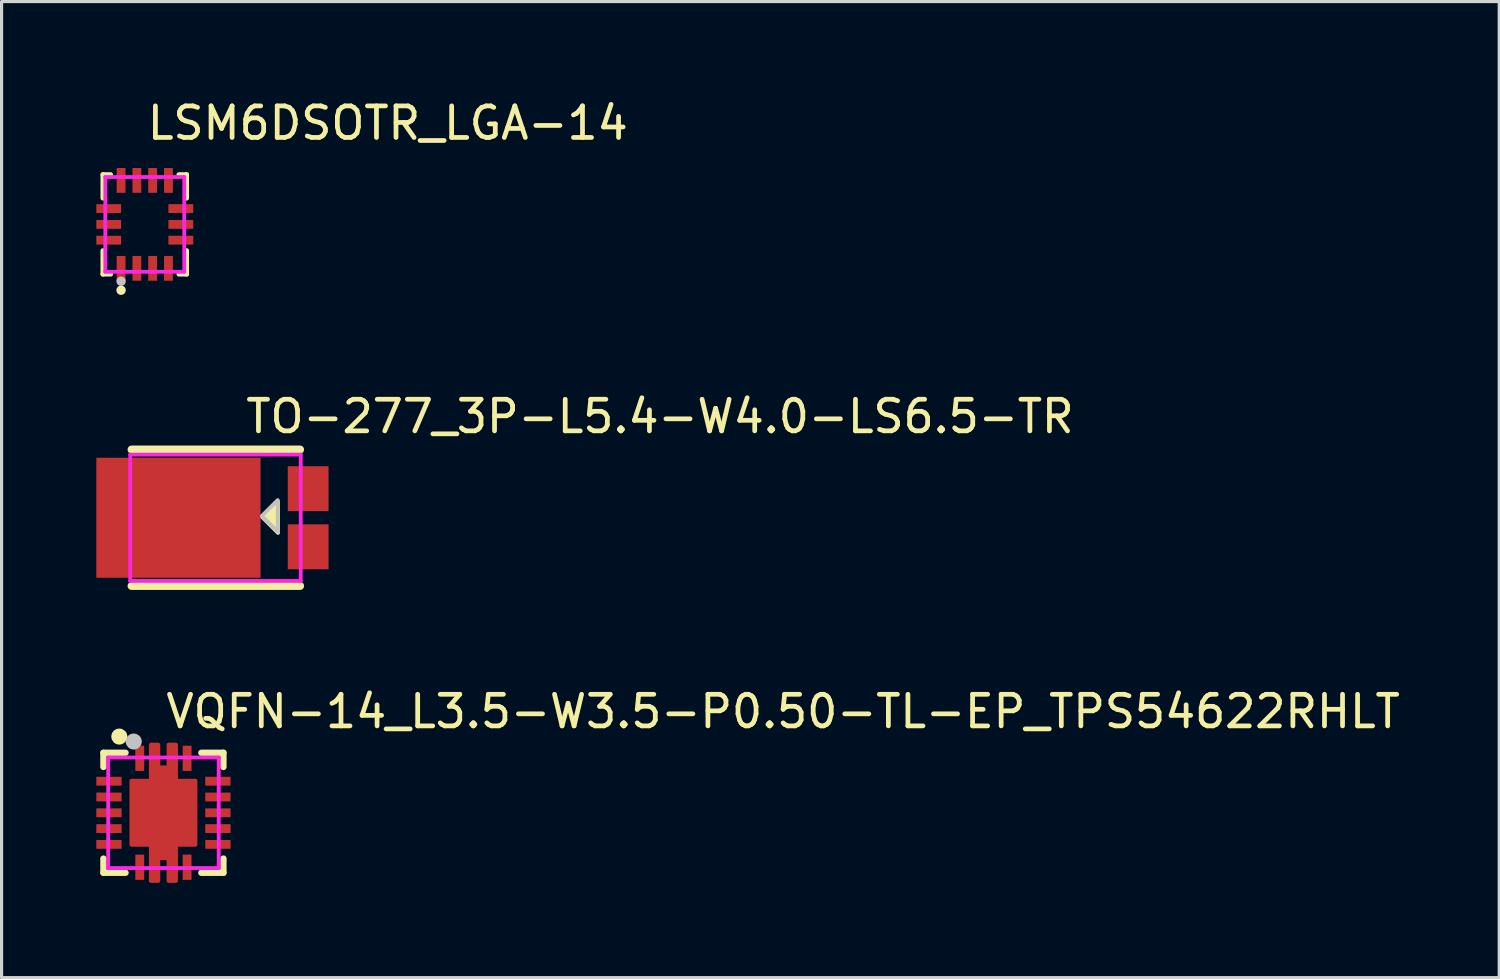
<source format=kicad_pcb>
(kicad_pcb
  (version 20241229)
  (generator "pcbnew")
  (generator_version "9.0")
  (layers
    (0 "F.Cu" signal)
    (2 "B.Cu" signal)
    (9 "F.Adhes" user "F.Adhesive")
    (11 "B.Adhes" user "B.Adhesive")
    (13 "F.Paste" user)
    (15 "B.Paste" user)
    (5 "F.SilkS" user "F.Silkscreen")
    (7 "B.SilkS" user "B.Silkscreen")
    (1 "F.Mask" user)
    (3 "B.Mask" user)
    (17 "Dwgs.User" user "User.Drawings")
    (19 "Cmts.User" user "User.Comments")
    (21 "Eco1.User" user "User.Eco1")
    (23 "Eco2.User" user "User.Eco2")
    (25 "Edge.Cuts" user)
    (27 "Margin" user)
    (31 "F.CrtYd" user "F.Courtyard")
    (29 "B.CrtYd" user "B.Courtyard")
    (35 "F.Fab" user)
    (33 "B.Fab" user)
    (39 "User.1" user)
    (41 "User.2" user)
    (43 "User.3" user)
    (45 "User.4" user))
  (footprint "TO-277_3P-L5.4-W4.0-LS6.5-TR"
    (layer "F.Cu")
    (at 4.654 13.345)
    (property "Reference" "TO-277_3P-L5.4-W4.0-LS6.5-TR" (at 0 -3.207 0) (layer "F.SilkS") (effects (font (size 1 1) (thickness 0.15)) (justify left)))
    (attr through_hole)
    (fp_line (start -3.537 2.159) (end 1.797 2.159) (stroke (width 0.254) (type solid)) (layer "F.SilkS"))
    (fp_line (start 1.797 -2.159) (end -3.537 -2.159) (stroke (width 0.254) (type solid)) (layer "F.SilkS"))
    (fp_poly (pts (xy 0.599 -0.02) (xy 1.099 -0.52) (xy 1.099 0.48)) (stroke (width 0.12) (type solid)) (fill yes) (layer "F.SilkS"))
    (fp_poly (pts (xy 0.589 -0.06) (xy 1.089 -0.56) (xy 1.089 0.44)) (stroke (width 0.12) (type solid)) (fill no) (layer "Dwgs.User"))
    (fp_circle (center 2.327 -2) (end 2.357 -2) (stroke (width 0.06) (type solid)) (fill no) (layer "Eco2.User"))
    (fp_poly (pts (xy 1.777 -1.37) (xy 2.327 -1.37) (xy 2.327 -0.47) (xy 1.777 -0.47)) (stroke (width 0.12) (type solid)) (fill no) (layer "Eco2.User"))
    (fp_poly (pts (xy 1.777 0.47) (xy 2.327 0.47) (xy 2.327 1.37) (xy 1.777 1.37)) (stroke (width 0.12) (type solid)) (fill no) (layer "Eco2.User"))
    (fp_poly (pts (xy -3.401 0.86) (xy -4.221 0.86) (xy -4.221 -0.94) (xy -3.401 -0.94) (xy -3.401 -1.6) (xy 0.179 -1.6) (xy 0.179 1.48) (xy -3.401 1.48)) (stroke (width 0.12) (type solid)) (fill no) (layer "Eco2.User"))
    (fp_line (start -3.581 -2) (end 1.819 -2) (stroke (width 0.12) (type solid)) (layer "F.CrtYd"))
    (fp_line (start -3.581 2) (end -3.581 -2) (stroke (width 0.12) (type solid)) (layer "F.CrtYd"))
    (fp_line (start 1.819 -2) (end 1.819 2) (stroke (width 0.12) (type solid)) (layer "F.CrtYd"))
    (fp_line (start 1.819 2) (end -3.581 2) (stroke (width 0.12) (type solid)) (layer "F.CrtYd"))
    (pad "1" smd rect (at 2.054 -0.92) (size 1.29 1.422) (layers "F.Cu" "F.Mask" "F.Paste"))
    (pad "2" smd rect (at -2.054 0) (size 5.2 3.8) (layers "F.Cu" "F.Mask" "F.Paste"))
    (pad "3" smd rect (at 2.054 0.92) (size 1.29 1.422) (layers "F.Cu" "F.Mask" "F.Paste")))
  (footprint "LSM6DSOTR_LGA-14"
    (layer "F.Cu")
    (at 1.534 4.055)
    (property "Reference" "LSM6DSOTR_LGA-14" (at 0 -3.207 0) (layer "F.SilkS") (effects (font (size 1 1) (thickness 0.15)) (justify left)))
    (attr through_hole)
    (fp_line (start -1.326 -1.576) (end -1.08 -1.576) (stroke (width 0.152) (type solid)) (layer "F.SilkS"))
    (fp_line (start -1.326 -0.831) (end -1.326 -1.576) (stroke (width 0.152) (type solid)) (layer "F.SilkS"))
    (fp_line (start -1.326 0.831) (end -1.326 1.576) (stroke (width 0.152) (type solid)) (layer "F.SilkS"))
    (fp_line (start -1.326 1.576) (end -1.08 1.576) (stroke (width 0.152) (type solid)) (layer "F.SilkS"))
    (fp_line (start 1.326 -1.576) (end 1.08 -1.576) (stroke (width 0.152) (type solid)) (layer "F.SilkS"))
    (fp_line (start 1.326 -0.831) (end 1.326 -1.576) (stroke (width 0.152) (type solid)) (layer "F.SilkS"))
    (fp_line (start 1.326 0.831) (end 1.326 1.576) (stroke (width 0.152) (type solid)) (layer "F.SilkS"))
    (fp_line (start 1.326 1.576) (end 1.08 1.576) (stroke (width 0.152) (type solid)) (layer "F.SilkS"))
    (fp_circle (center -0.75 2.085) (end -0.675 2.085) (stroke (width 0.15) (type solid)) (fill no) (layer "F.SilkS"))
    (fp_circle (center -0.75 1.8) (end -0.675 1.8) (stroke (width 0.15) (type solid)) (fill no) (layer "Dwgs.User"))
    (fp_circle (center -1.25 1.5) (end -1.22 1.5) (stroke (width 0.06) (type solid)) (fill no) (layer "Eco2.User"))
    (fp_poly (pts (xy -0.875 -1.5) (xy -0.875 -1.025) (xy -0.625 -1.025) (xy -0.625 -1.5)) (stroke (width 0.12) (type solid)) (fill no) (layer "Eco2.User"))
    (fp_poly (pts (xy -0.875 1.5) (xy -0.875 1.025) (xy -0.625 1.025) (xy -0.625 1.5)) (stroke (width 0.12) (type solid)) (fill no) (layer "Eco2.User"))
    (fp_poly (pts (xy -0.775 -0.375) (xy -0.775 -0.625) (xy -1.25 -0.625) (xy -1.25 -0.375)) (stroke (width 0.12) (type solid)) (fill no) (layer "Eco2.User"))
    (fp_poly (pts (xy -0.775 0.125) (xy -0.775 -0.125) (xy -1.25 -0.125) (xy -1.25 0.125)) (stroke (width 0.12) (type solid)) (fill no) (layer "Eco2.User"))
    (fp_poly (pts (xy -0.775 0.625) (xy -0.775 0.375) (xy -1.25 0.375) (xy -1.25 0.625)) (stroke (width 0.12) (type solid)) (fill no) (layer "Eco2.User"))
    (fp_poly (pts (xy -0.375 -1.5) (xy -0.375 -1.025) (xy -0.125 -1.025) (xy -0.125 -1.5)) (stroke (width 0.12) (type solid)) (fill no) (layer "Eco2.User"))
    (fp_poly (pts (xy -0.375 1.5) (xy -0.375 1.025) (xy -0.125 1.025) (xy -0.125 1.5)) (stroke (width 0.12) (type solid)) (fill no) (layer "Eco2.User"))
    (fp_poly (pts (xy 0.125 -1.5) (xy 0.125 -1.025) (xy 0.375 -1.025) (xy 0.375 -1.5)) (stroke (width 0.12) (type solid)) (fill no) (layer "Eco2.User"))
    (fp_poly (pts (xy 0.125 1.5) (xy 0.125 1.025) (xy 0.375 1.025) (xy 0.375 1.5)) (stroke (width 0.12) (type solid)) (fill no) (layer "Eco2.User"))
    (fp_poly (pts (xy 0.625 -1.5) (xy 0.625 -1.025) (xy 0.875 -1.025) (xy 0.875 -1.5)) (stroke (width 0.12) (type solid)) (fill no) (layer "Eco2.User"))
    (fp_poly (pts (xy 0.625 1.5) (xy 0.625 1.025) (xy 0.875 1.025) (xy 0.875 1.5)) (stroke (width 0.12) (type solid)) (fill no) (layer "Eco2.User"))
    (fp_poly (pts (xy 0.775 -0.375) (xy 0.775 -0.625) (xy 1.25 -0.625) (xy 1.25 -0.375)) (stroke (width 0.12) (type solid)) (fill no) (layer "Eco2.User"))
    (fp_poly (pts (xy 0.775 0.125) (xy 0.775 -0.125) (xy 1.25 -0.125) (xy 1.25 0.125)) (stroke (width 0.12) (type solid)) (fill no) (layer "Eco2.User"))
    (fp_poly (pts (xy 0.775 0.625) (xy 0.775 0.375) (xy 1.25 0.375) (xy 1.25 0.625)) (stroke (width 0.12) (type solid)) (fill no) (layer "Eco2.User"))
    (fp_line (start -1.25 -1.5) (end 1.25 -1.5) (stroke (width 0.12) (type solid)) (layer "F.CrtYd"))
    (fp_line (start -1.25 1.5) (end -1.25 -1.5) (stroke (width 0.12) (type solid)) (layer "F.CrtYd"))
    (fp_line (start 1.25 -1.5) (end 1.25 1.5) (stroke (width 0.12) (type solid)) (layer "F.CrtYd"))
    (fp_line (start 1.25 1.5) (end -1.25 1.5) (stroke (width 0.12) (type solid)) (layer "F.CrtYd"))
    (pad "1" smd rect (at -0.75 1.392) (size 0.28 0.785) (layers "F.Cu" "F.Mask" "F.Paste"))
    (pad "2" smd rect (at -0.25 1.392) (size 0.28 0.785) (layers "F.Cu" "F.Mask" "F.Paste"))
    (pad "3" smd rect (at 0.25 1.392) (size 0.28 0.785) (layers "F.Cu" "F.Mask" "F.Paste"))
    (pad "4" smd rect (at 0.75 1.392) (size 0.28 0.785) (layers "F.Cu" "F.Mask" "F.Paste"))
    (pad "5" smd rect (at 1.142 0.5) (size 0.785 0.28) (layers "F.Cu" "F.Mask" "F.Paste"))
    (pad "6" smd rect (at 1.142 0) (size 0.785 0.28) (layers "F.Cu" "F.Mask" "F.Paste"))
    (pad "7" smd rect (at 1.142 -0.5) (size 0.785 0.28) (layers "F.Cu" "F.Mask" "F.Paste"))
    (pad "8" smd rect (at 0.75 -1.392) (size 0.28 0.785) (layers "F.Cu" "F.Mask" "F.Paste"))
    (pad "9" smd rect (at 0.25 -1.392) (size 0.28 0.785) (layers "F.Cu" "F.Mask" "F.Paste"))
    (pad "10" smd rect (at -0.25 -1.392) (size 0.28 0.785) (layers "F.Cu" "F.Mask" "F.Paste"))
    (pad "11" smd rect (at -0.75 -1.392) (size 0.28 0.785) (layers "F.Cu" "F.Mask" "F.Paste"))
    (pad "12" smd rect (at -1.142 -0.5) (size 0.785 0.28) (layers "F.Cu" "F.Mask" "F.Paste"))
    (pad "13" smd rect (at -1.142 0) (size 0.785 0.28) (layers "F.Cu" "F.Mask" "F.Paste"))
    (pad "14" smd rect (at -1.142 0.5) (size 0.785 0.28) (layers "F.Cu" "F.Mask" "F.Paste")))
  (footprint "VQFN-14_L3.5-W3.5-P0.50-TL-EP_TPS54622RHLT"
    (layer "F.Cu")
    (at 2.125 22.687)
    (property "Reference" "VQFN-14_L3.5-W3.5-P0.50-TL-EP_TPS54622RHLT" (at 0 -3.207 0) (layer "F.SilkS") (effects (font (size 1 1) (thickness 0.15)) (justify left)))
    (attr through_hole)
    (fp_line (start -1.9 -1.9) (end -1.2 -1.9) (stroke (width 0.2) (type solid)) (layer "F.SilkS"))
    (fp_line (start -1.9 -1.45) (end -1.9 -1.9) (stroke (width 0.2) (type solid)) (layer "F.SilkS"))
    (fp_line (start -1.9 1.45) (end -1.9 1.9) (stroke (width 0.2) (type solid)) (layer "F.SilkS"))
    (fp_line (start -1.9 1.9) (end -1.2 1.9) (stroke (width 0.2) (type solid)) (layer "F.SilkS"))
    (fp_line (start 1.2 1.9) (end 1.9 1.9) (stroke (width 0.2) (type solid)) (layer "F.SilkS"))
    (fp_line (start 1.9 -1.9) (end 1.2 -1.9) (stroke (width 0.2) (type solid)) (layer "F.SilkS"))
    (fp_line (start 1.9 -1.45) (end 1.9 -1.9) (stroke (width 0.2) (type solid)) (layer "F.SilkS"))
    (fp_line (start 1.9 1.9) (end 1.9 1.45) (stroke (width 0.2) (type solid)) (layer "F.SilkS"))
    (fp_circle (center -1.397 -2.413) (end -1.27 -2.413) (stroke (width 0.254) (type solid)) (fill no) (layer "F.SilkS"))
    (fp_circle (center -0.94 -2.256) (end -0.813 -2.256) (stroke (width 0.254) (type solid)) (fill no) (layer "Dwgs.User"))
    (fp_circle (center -1.7 -1.7) (end -1.65 -1.7) (stroke (width 0.1) (type solid)) (fill no) (layer "Eco2.User"))
    (fp_poly (pts (xy -1.75 -1.12) (xy -1.35 -1.12) (xy -1.35 -0.88) (xy -1.75 -0.88)) (stroke (width 0.12) (type solid)) (fill no) (layer "Eco2.User"))
    (fp_poly (pts (xy -1.75 -0.62) (xy -1.35 -0.62) (xy -1.35 -0.38) (xy -1.75 -0.38)) (stroke (width 0.12) (type solid)) (fill no) (layer "Eco2.User"))
    (fp_poly (pts (xy -1.75 -0.12) (xy -1.35 -0.12) (xy -1.35 0.12) (xy -1.75 0.12)) (stroke (width 0.12) (type solid)) (fill no) (layer "Eco2.User"))
    (fp_poly (pts (xy -1.75 0.38) (xy -1.35 0.38) (xy -1.35 0.62) (xy -1.75 0.62)) (stroke (width 0.12) (type solid)) (fill no) (layer "Eco2.User"))
    (fp_poly (pts (xy -1.75 0.88) (xy -1.35 0.88) (xy -1.35 1.12) (xy -1.75 1.12)) (stroke (width 0.12) (type solid)) (fill no) (layer "Eco2.User"))
    (fp_poly (pts (xy -0.633 1.35) (xy -0.633 1.75) (xy -0.873 1.75) (xy -0.873 1.35)) (stroke (width 0.12) (type solid)) (fill no) (layer "Eco2.User"))
    (fp_poly (pts (xy -0.63 -1.75) (xy -0.63 -1.35) (xy -0.87 -1.35) (xy -0.87 -1.75)) (stroke (width 0.12) (type solid)) (fill no) (layer "Eco2.User"))
    (fp_poly (pts (xy 0.87 -1.75) (xy 0.87 -1.35) (xy 0.63 -1.35) (xy 0.63 -1.75)) (stroke (width 0.12) (type solid)) (fill no) (layer "Eco2.User"))
    (fp_poly (pts (xy 0.87 1.35) (xy 0.87 1.75) (xy 0.63 1.75) (xy 0.63 1.35)) (stroke (width 0.12) (type solid)) (fill no) (layer "Eco2.User"))
    (fp_poly (pts (xy 1.348 -1.12) (xy 1.748 -1.12) (xy 1.748 -0.88) (xy 1.348 -0.88)) (stroke (width 0.12) (type solid)) (fill no) (layer "Eco2.User"))
    (fp_poly (pts (xy 1.348 -0.62) (xy 1.748 -0.62) (xy 1.748 -0.38) (xy 1.348 -0.38)) (stroke (width 0.12) (type solid)) (fill no) (layer "Eco2.User"))
    (fp_poly (pts (xy 1.348 -0.12) (xy 1.748 -0.12) (xy 1.748 0.12) (xy 1.348 0.12)) (stroke (width 0.12) (type solid)) (fill no) (layer "Eco2.User"))
    (fp_poly (pts (xy 1.348 0.38) (xy 1.748 0.38) (xy 1.748 0.62) (xy 1.348 0.62)) (stroke (width 0.12) (type solid)) (fill no) (layer "Eco2.User"))
    (fp_poly (pts (xy 1.348 0.88) (xy 1.748 0.88) (xy 1.748 1.12) (xy 1.348 1.12)) (stroke (width 0.12) (type solid)) (fill no) (layer "Eco2.User"))
    (fp_poly (pts (xy -1.016 -1.016) (xy -0.4 -1.016) (xy -0.401 -1.751) (xy -0.278 -1.75) (xy -0.161 -1.75) (xy -0.16 -1.44) (xy 0.16 -1.44) (xy 0.162 -1.75) (xy 0.261 -1.749) (xy 0.399 -1.751) (xy 0.4 -1.016) (xy 1.016 -1.016) (xy 1.016 1.016) (xy 0.4 1.016) (xy 0.4 1.749) (xy 0.16 1.746) (xy 0.16 1.44) (xy -0.16 1.44) (xy -0.16 1.748) (xy -0.403 1.75) (xy -0.4 1.016) (xy -1.016 1.016) (xy -1.016 -1.016)) (stroke (width 0.12) (type solid)) (fill no) (layer "Eco2.User"))
    (fp_line (start -1.75 -1.75) (end 1.75 -1.75) (stroke (width 0.12) (type solid)) (layer "F.CrtYd"))
    (fp_line (start -1.75 1.75) (end -1.75 -1.75) (stroke (width 0.12) (type solid)) (layer "F.CrtYd"))
    (fp_line (start 1.75 -1.75) (end 1.75 1.75) (stroke (width 0.12) (type solid)) (layer "F.CrtYd"))
    (fp_line (start 1.75 1.75) (end -1.75 1.75) (stroke (width 0.12) (type solid)) (layer "F.CrtYd"))
    (pad "1" smd rect (at -0.75 -1.725 90) (size 0.8 0.28) (layers "F.Cu" "F.Mask" "F.Paste"))
    (pad "2" smd rect (at -1.725 -1) (size 0.8 0.28) (layers "F.Cu" "F.Mask" "F.Paste"))
    (pad "3" smd rect (at -1.725 -0.5) (size 0.8 0.28) (layers "F.Cu" "F.Mask" "F.Paste"))
    (pad "4" smd rect (at -1.725 0) (size 0.8 0.28) (layers "F.Cu" "F.Mask" "F.Paste"))
    (pad "5" smd rect (at -1.725 0.5) (size 0.8 0.28) (layers "F.Cu" "F.Mask" "F.Paste"))
    (pad "6" smd rect (at -1.725 1) (size 0.8 0.28) (layers "F.Cu" "F.Mask" "F.Paste"))
    (pad "7" smd rect (at -0.75 1.725 90) (size 0.8 0.28) (layers "F.Cu" "F.Mask" "F.Paste"))
    (pad "8" smd rect (at 0.75 1.725 90) (size 0.8 0.28) (layers "F.Cu" "F.Mask" "F.Paste"))
    (pad "9" smd rect (at 1.725 1) (size 0.8 0.28) (layers "F.Cu" "F.Mask" "F.Paste"))
    (pad "10" smd rect (at 1.725 0.5) (size 0.8 0.28) (layers "F.Cu" "F.Mask" "F.Paste"))
    (pad "11" smd rect (at 1.725 0) (size 0.8 0.28) (layers "F.Cu" "F.Mask" "F.Paste"))
    (pad "12" smd rect (at 1.725 -0.5) (size 0.8 0.28) (layers "F.Cu" "F.Mask" "F.Paste"))
    (pad "13" smd rect (at 1.725 -1) (size 0.8 0.28) (layers "F.Cu" "F.Mask" "F.Paste"))
    (pad "14" smd rect (at 0.75 -1.725 90) (size 0.8 0.28) (layers "F.Cu" "F.Mask" "F.Paste"))
    (pad "15" smd custom (at 0 0) (size 0.102 0.102) (layers "F.Cu" "F.Mask" "F.Paste") (options (anchor circle)) (primitives (gr_poly (pts (xy -1.016 -1.016) (xy -0.4 -1.016) (xy -0.4 -2.16) (xy -0.16 -2.16) (xy -0.16 -1.44) (xy 0.16 -1.44) (xy 0.16 -2.16) (xy 0.4 -2.16) (xy 0.4 -1.016) (xy 1.016 -1.016) (xy 1.016 1.016) (xy 0.4 1.016) (xy 0.4 2.16) (xy 0.16 2.16) (xy 0.16 1.44) (xy -0.16 1.44) (xy -0.16 2.16) (xy -0.4 2.16) (xy -0.4 1.016) (xy -1.016 1.016) (xy -1.016 -1.016)) (width 0.12) (fill yes)))))
  (gr_rect
    (start -3 -3)
    (end 44.423 27.907)
    (stroke (width 0.1) (type default))
    (fill no)
    (layer "Edge.Cuts")))
</source>
